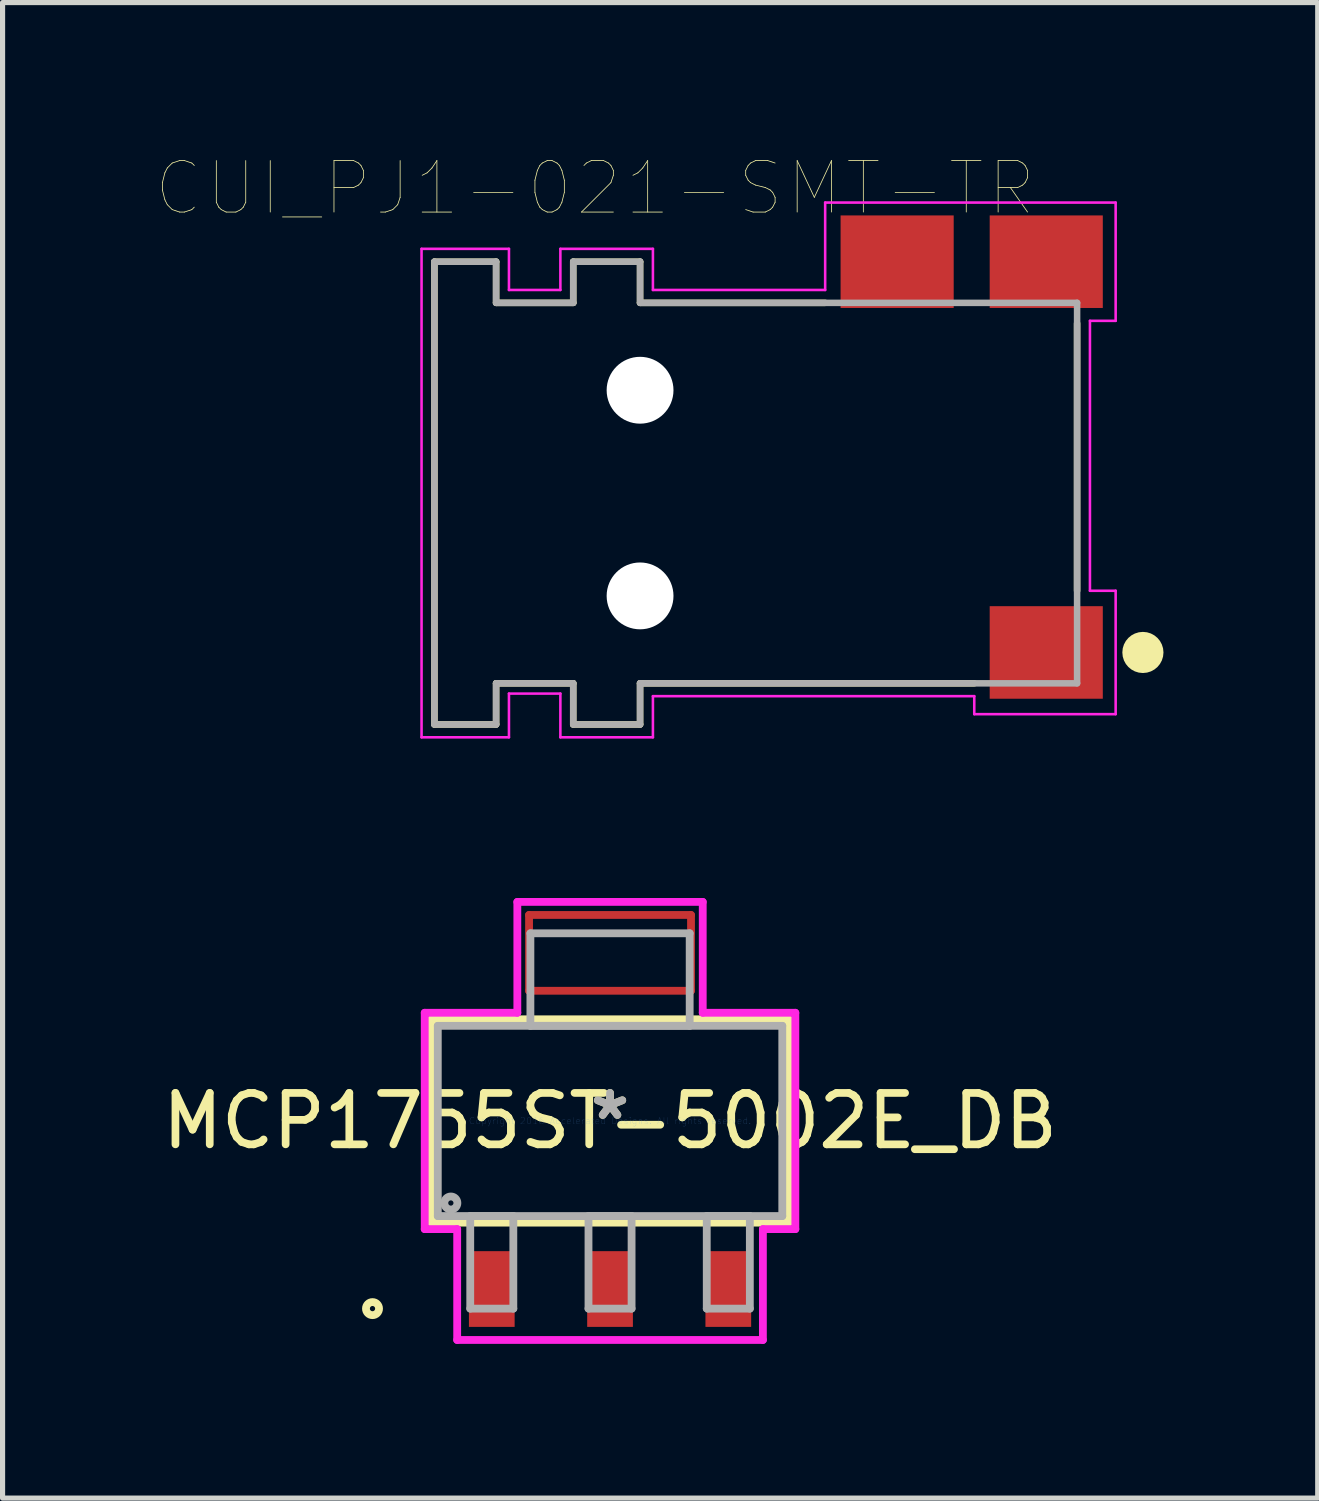
<source format=kicad_pcb>
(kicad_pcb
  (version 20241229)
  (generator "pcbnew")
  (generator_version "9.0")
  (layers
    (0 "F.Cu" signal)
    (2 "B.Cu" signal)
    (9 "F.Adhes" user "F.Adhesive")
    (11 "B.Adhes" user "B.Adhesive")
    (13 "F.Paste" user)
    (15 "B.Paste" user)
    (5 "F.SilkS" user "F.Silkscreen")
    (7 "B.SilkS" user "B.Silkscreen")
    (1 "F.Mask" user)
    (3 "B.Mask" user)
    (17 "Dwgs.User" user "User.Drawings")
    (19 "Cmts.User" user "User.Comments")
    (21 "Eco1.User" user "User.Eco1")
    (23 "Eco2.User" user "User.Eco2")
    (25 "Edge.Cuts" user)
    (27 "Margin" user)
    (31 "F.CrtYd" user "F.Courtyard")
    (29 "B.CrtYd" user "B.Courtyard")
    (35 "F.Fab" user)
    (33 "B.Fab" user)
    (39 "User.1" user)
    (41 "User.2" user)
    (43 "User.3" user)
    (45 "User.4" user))
  (footprint "CUI_PJ1-021-SMT-TR"
    (layer "F.Cu")
    (at 11.649 6.54)
    (property "Reference" "CUI_PJ1-021-SMT-TR" (at -3.127 -5.928 0) (layer "F.SilkS") (effects (font (size 1.001 1.001) (thickness 0.015))))
    (attr through_hole)
    (fp_line (start -6.25 -4.5) (end -5.05 -4.5) (stroke (width 0.127) (type solid)) (layer "F.SilkS"))
    (fp_line (start -6.25 4.5) (end -6.25 -4.5) (stroke (width 0.127) (type solid)) (layer "F.SilkS"))
    (fp_line (start -5.05 -4.5) (end -5.05 -3.7) (stroke (width 0.127) (type solid)) (layer "F.SilkS"))
    (fp_line (start -5.05 -3.7) (end -3.55 -3.7) (stroke (width 0.127) (type solid)) (layer "F.SilkS"))
    (fp_line (start -5.05 3.7) (end -5.05 4.5) (stroke (width 0.127) (type solid)) (layer "F.SilkS"))
    (fp_line (start -5.05 4.5) (end -6.25 4.5) (stroke (width 0.127) (type solid)) (layer "F.SilkS"))
    (fp_line (start -3.55 -4.5) (end -2.25 -4.5) (stroke (width 0.127) (type solid)) (layer "F.SilkS"))
    (fp_line (start -3.55 -3.7) (end -3.55 -4.5) (stroke (width 0.127) (type solid)) (layer "F.SilkS"))
    (fp_line (start -3.55 3.7) (end -5.05 3.7) (stroke (width 0.127) (type solid)) (layer "F.SilkS"))
    (fp_line (start -3.55 4.5) (end -3.55 3.7) (stroke (width 0.127) (type solid)) (layer "F.SilkS"))
    (fp_line (start -3.55 4.5) (end -2.25 4.5) (stroke (width 0.127) (type solid)) (layer "F.SilkS"))
    (fp_line (start -2.25 -4.5) (end -2.25 -3.7) (stroke (width 0.127) (type solid)) (layer "F.SilkS"))
    (fp_line (start -2.25 -3.7) (end 1.35 -3.7) (stroke (width 0.127) (type solid)) (layer "F.SilkS"))
    (fp_line (start -2.25 3.7) (end 4.25 3.7) (stroke (width 0.127) (type solid)) (layer "F.SilkS"))
    (fp_line (start -2.25 4.5) (end -2.25 3.7) (stroke (width 0.127) (type solid)) (layer "F.SilkS"))
    (fp_line (start 6.25 -3.3) (end 6.25 1.9) (stroke (width 0.127) (type solid)) (layer "F.SilkS"))
    (fp_circle (center 7.53 3.1) (end 7.73 3.1) (stroke (width 0.4) (type solid)) (fill no) (layer "F.SilkS"))
    (fp_line (start -6.5 -4.75) (end -4.8 -4.75) (stroke (width 0.05) (type solid)) (layer "F.CrtYd"))
    (fp_line (start -6.5 4.75) (end -6.5 -4.75) (stroke (width 0.05) (type solid)) (layer "F.CrtYd"))
    (fp_line (start -4.8 -4.75) (end -4.8 -3.95) (stroke (width 0.05) (type solid)) (layer "F.CrtYd"))
    (fp_line (start -4.8 -3.95) (end -3.8 -3.95) (stroke (width 0.05) (type solid)) (layer "F.CrtYd"))
    (fp_line (start -4.8 3.9) (end -3.8 3.9) (stroke (width 0.05) (type solid)) (layer "F.CrtYd"))
    (fp_line (start -4.8 4.75) (end -6.5 4.75) (stroke (width 0.05) (type solid)) (layer "F.CrtYd"))
    (fp_line (start -4.8 4.75) (end -4.8 3.9) (stroke (width 0.05) (type solid)) (layer "F.CrtYd"))
    (fp_line (start -3.8 -4.75) (end -2 -4.75) (stroke (width 0.05) (type solid)) (layer "F.CrtYd"))
    (fp_line (start -3.8 -3.95) (end -3.8 -4.75) (stroke (width 0.05) (type solid)) (layer "F.CrtYd"))
    (fp_line (start -3.8 3.9) (end -3.8 4.75) (stroke (width 0.05) (type solid)) (layer "F.CrtYd"))
    (fp_line (start -2 -4.75) (end -2 -3.95) (stroke (width 0.05) (type solid)) (layer "F.CrtYd"))
    (fp_line (start -2 -3.95) (end 1.35 -3.95) (stroke (width 0.05) (type solid)) (layer "F.CrtYd"))
    (fp_line (start -2 3.95) (end 4.25 3.95) (stroke (width 0.05) (type solid)) (layer "F.CrtYd"))
    (fp_line (start -2 4.75) (end -3.8 4.75) (stroke (width 0.05) (type solid)) (layer "F.CrtYd"))
    (fp_line (start -2 4.75) (end -2 3.95) (stroke (width 0.05) (type solid)) (layer "F.CrtYd"))
    (fp_line (start 1.35 -5.65) (end 7 -5.65) (stroke (width 0.05) (type solid)) (layer "F.CrtYd"))
    (fp_line (start 1.35 -3.95) (end 1.35 -5.65) (stroke (width 0.05) (type solid)) (layer "F.CrtYd"))
    (fp_line (start 4.25 3.95) (end 4.25 4.3) (stroke (width 0.05) (type solid)) (layer "F.CrtYd"))
    (fp_line (start 4.25 4.3) (end 7 4.3) (stroke (width 0.05) (type solid)) (layer "F.CrtYd"))
    (fp_line (start 6.5 -3.35) (end 6.5 1.9) (stroke (width 0.05) (type solid)) (layer "F.CrtYd"))
    (fp_line (start 6.5 1.9) (end 7 1.9) (stroke (width 0.05) (type solid)) (layer "F.CrtYd"))
    (fp_line (start 7 -5.65) (end 7 -3.35) (stroke (width 0.05) (type solid)) (layer "F.CrtYd"))
    (fp_line (start 7 -3.35) (end 6.5 -3.35) (stroke (width 0.05) (type solid)) (layer "F.CrtYd"))
    (fp_line (start 7 1.9) (end 7 4.3) (stroke (width 0.05) (type solid)) (layer "F.CrtYd"))
    (fp_line (start -6.25 -4.5) (end -5.05 -4.5) (stroke (width 0.127) (type solid)) (layer "F.Fab"))
    (fp_line (start -6.25 4.5) (end -6.25 -4.5) (stroke (width 0.127) (type solid)) (layer "F.Fab"))
    (fp_line (start -5.05 -4.5) (end -5.05 -3.7) (stroke (width 0.127) (type solid)) (layer "F.Fab"))
    (fp_line (start -5.05 -3.7) (end -3.55 -3.7) (stroke (width 0.127) (type solid)) (layer "F.Fab"))
    (fp_line (start -5.05 3.7) (end -5.05 4.5) (stroke (width 0.127) (type solid)) (layer "F.Fab"))
    (fp_line (start -5.05 4.5) (end -6.25 4.5) (stroke (width 0.127) (type solid)) (layer "F.Fab"))
    (fp_line (start -3.55 -4.5) (end -2.25 -4.5) (stroke (width 0.127) (type solid)) (layer "F.Fab"))
    (fp_line (start -3.55 -3.7) (end -3.55 -4.5) (stroke (width 0.127) (type solid)) (layer "F.Fab"))
    (fp_line (start -3.55 3.7) (end -5.05 3.7) (stroke (width 0.127) (type solid)) (layer "F.Fab"))
    (fp_line (start -3.55 4.5) (end -3.55 3.7) (stroke (width 0.127) (type solid)) (layer "F.Fab"))
    (fp_line (start -3.55 4.5) (end -2.25 4.5) (stroke (width 0.127) (type solid)) (layer "F.Fab"))
    (fp_line (start -2.25 -4.5) (end -2.25 -3.7) (stroke (width 0.127) (type solid)) (layer "F.Fab"))
    (fp_line (start -2.25 -3.7) (end 6.25 -3.7) (stroke (width 0.127) (type solid)) (layer "F.Fab"))
    (fp_line (start -2.25 3.7) (end 6.25 3.7) (stroke (width 0.127) (type solid)) (layer "F.Fab"))
    (fp_line (start -2.25 4.5) (end -2.25 3.7) (stroke (width 0.127) (type solid)) (layer "F.Fab"))
    (fp_line (start 6.25 -3.7) (end 6.25 3.7) (stroke (width 0.127) (type solid)) (layer "F.Fab"))
    (pad "" np_thru_hole circle (at -2.25 -2) (size 1.3 1.3) (drill 1.3) (layers "*.Cu" "*.Mask"))
    (pad "" np_thru_hole circle (at -2.25 2) (size 1.3 1.3) (drill 1.3) (layers "*.Cu" "*.Mask"))
    (pad "1" smd rect (at 5.65 3.1) (size 2.2 1.8) (layers "F.Cu" "F.Mask" "F.Paste"))
    (pad "2" smd rect (at 2.75 -4.5) (size 2.2 1.8) (layers "F.Cu" "F.Mask" "F.Paste"))
    (pad "3" smd rect (at 5.65 -4.5) (size 2.2 1.8) (layers "F.Cu" "F.Mask" "F.Paste")))
  (footprint "MCP1755ST-5002E_DB"
    (layer "F.Cu")
    (at 8.815 18.752)
    (property "Reference" "MCP1755ST-5002E_DB" (at 0 0 0) (layer "F.SilkS") (effects (font (size 1 1) (thickness 0.15))))
    (attr through_hole)
    (fp_line (start -1.575 -4.006) (end -1.575 -2.532) (stroke (width 0.152) (type solid)) (layer "F.Cu"))
    (fp_line (start -1.575 -2.532) (end 1.575 -2.532) (stroke (width 0.152) (type solid)) (layer "F.Cu"))
    (fp_line (start 1.575 -4.006) (end -1.575 -4.006) (stroke (width 0.152) (type solid)) (layer "F.Cu"))
    (fp_line (start 1.575 -2.532) (end 1.575 -4.006) (stroke (width 0.152) (type solid)) (layer "F.Cu"))
    (fp_line (start -1.6 -4.361) (end -1.6 -2.177) (stroke (width 0.152) (type solid)) (layer "F.Mask"))
    (fp_line (start -1.6 -2.177) (end 1.6 -2.177) (stroke (width 0.152) (type solid)) (layer "F.Mask"))
    (fp_line (start 1.6 -4.361) (end -1.6 -4.361) (stroke (width 0.152) (type solid)) (layer "F.Mask"))
    (fp_line (start 1.6 -2.177) (end 1.6 -4.361) (stroke (width 0.152) (type solid)) (layer "F.Mask"))
    (fp_line (start -3.477 -1.977) (end -3.477 1.977) (stroke (width 0.152) (type solid)) (layer "F.SilkS"))
    (fp_line (start -3.477 1.977) (end 3.477 1.977) (stroke (width 0.152) (type solid)) (layer "F.SilkS"))
    (fp_line (start 3.477 -1.977) (end -3.477 -1.977) (stroke (width 0.152) (type solid)) (layer "F.SilkS"))
    (fp_line (start 3.477 1.977) (end 3.477 -1.977) (stroke (width 0.152) (type solid)) (layer "F.SilkS"))
    (fp_circle (center -4.62 3.65) (end -4.493 3.65) (stroke (width 0.152) (type solid)) (fill no) (layer "F.SilkS"))
    (fp_line (start -1.575 -4.006) (end -1.575 -2.532) (stroke (width 0.152) (type solid)) (layer "F.Paste"))
    (fp_line (start -1.575 -2.532) (end 1.575 -2.532) (stroke (width 0.152) (type solid)) (layer "F.Paste"))
    (fp_line (start 1.575 -4.006) (end -1.575 -4.006) (stroke (width 0.152) (type solid)) (layer "F.Paste"))
    (fp_line (start 1.575 -2.532) (end 1.575 -4.006) (stroke (width 0.152) (type solid)) (layer "F.Paste"))
    (fp_line (start -3.604 -2.104) (end -1.803 -2.104) (stroke (width 0.152) (type solid)) (layer "F.CrtYd"))
    (fp_line (start -3.604 2.104) (end -3.604 -2.104) (stroke (width 0.152) (type solid)) (layer "F.CrtYd"))
    (fp_line (start -2.973 2.104) (end -3.604 2.104) (stroke (width 0.152) (type solid)) (layer "F.CrtYd"))
    (fp_line (start -2.973 4.26) (end -2.973 2.104) (stroke (width 0.152) (type solid)) (layer "F.CrtYd"))
    (fp_line (start -1.803 -4.26) (end 1.803 -4.26) (stroke (width 0.152) (type solid)) (layer "F.CrtYd"))
    (fp_line (start -1.803 -2.104) (end -1.803 -4.26) (stroke (width 0.152) (type solid)) (layer "F.CrtYd"))
    (fp_line (start 1.803 -4.26) (end 1.803 -2.104) (stroke (width 0.152) (type solid)) (layer "F.CrtYd"))
    (fp_line (start 1.803 -2.104) (end 3.604 -2.104) (stroke (width 0.152) (type solid)) (layer "F.CrtYd"))
    (fp_line (start 2.973 2.104) (end 2.973 4.26) (stroke (width 0.152) (type solid)) (layer "F.CrtYd"))
    (fp_line (start 2.973 4.26) (end -2.973 4.26) (stroke (width 0.152) (type solid)) (layer "F.CrtYd"))
    (fp_line (start 3.604 -2.104) (end 3.604 2.104) (stroke (width 0.152) (type solid)) (layer "F.CrtYd"))
    (fp_line (start 3.604 2.104) (end 2.973 2.104) (stroke (width 0.152) (type solid)) (layer "F.CrtYd"))
    (fp_line (start -3.35 -1.85) (end -3.35 1.85) (stroke (width 0.152) (type solid)) (layer "F.Fab"))
    (fp_line (start -3.35 1.85) (end 3.35 1.85) (stroke (width 0.152) (type solid)) (layer "F.Fab"))
    (fp_line (start -2.719 1.85) (end -2.719 3.65) (stroke (width 0.152) (type solid)) (layer "F.Fab"))
    (fp_line (start -2.719 3.65) (end -1.881 3.65) (stroke (width 0.152) (type solid)) (layer "F.Fab"))
    (fp_line (start -1.881 1.85) (end -2.719 1.85) (stroke (width 0.152) (type solid)) (layer "F.Fab"))
    (fp_line (start -1.881 3.65) (end -1.881 1.85) (stroke (width 0.152) (type solid)) (layer "F.Fab"))
    (fp_line (start -1.549 -3.65) (end -1.549 -1.85) (stroke (width 0.152) (type solid)) (layer "F.Fab"))
    (fp_line (start -1.549 -1.85) (end 1.549 -1.85) (stroke (width 0.152) (type solid)) (layer "F.Fab"))
    (fp_line (start -0.419 1.85) (end -0.419 3.65) (stroke (width 0.152) (type solid)) (layer "F.Fab"))
    (fp_line (start -0.419 3.65) (end 0.419 3.65) (stroke (width 0.152) (type solid)) (layer "F.Fab"))
    (fp_line (start 0.419 1.85) (end -0.419 1.85) (stroke (width 0.152) (type solid)) (layer "F.Fab"))
    (fp_line (start 0.419 3.65) (end 0.419 1.85) (stroke (width 0.152) (type solid)) (layer "F.Fab"))
    (fp_line (start 1.549 -3.65) (end -1.549 -3.65) (stroke (width 0.152) (type solid)) (layer "F.Fab"))
    (fp_line (start 1.549 -1.85) (end 1.549 -3.65) (stroke (width 0.152) (type solid)) (layer "F.Fab"))
    (fp_line (start 1.881 1.85) (end 1.881 3.65) (stroke (width 0.152) (type solid)) (layer "F.Fab"))
    (fp_line (start 1.881 3.65) (end 2.719 3.65) (stroke (width 0.152) (type solid)) (layer "F.Fab"))
    (fp_line (start 2.719 1.85) (end 1.881 1.85) (stroke (width 0.152) (type solid)) (layer "F.Fab"))
    (fp_line (start 2.719 3.65) (end 2.719 1.85) (stroke (width 0.152) (type solid)) (layer "F.Fab"))
    (fp_line (start 3.35 -1.85) (end -3.35 -1.85) (stroke (width 0.152) (type solid)) (layer "F.Fab"))
    (fp_line (start 3.35 1.85) (end 3.35 -1.85) (stroke (width 0.152) (type solid)) (layer "F.Fab"))
    (fp_circle (center -3.096 1.596) (end -2.969 1.596) (stroke (width 0.152) (type solid)) (fill no) (layer "F.Fab"))
    (fp_text user "*" (at 0 0 0) (layer "F.SilkS") (effects (font (size 1 1) (thickness 0.15))))
    (fp_text user "Copyright 2016 Accelerated Designs. All rights reserved." (at 0 0 0) (layer "Cmts.User") (effects (font (size 0.127 0.127) (thickness 0.002))))
    (fp_text user "*" (at 0 0 0) (layer "F.Fab") (effects (font (size 1 1) (thickness 0.15))))
    (pad "1" smd rect (at -2.3 3.269) (size 0.889 1.473) (layers "F.Cu" "F.Mask" "F.Paste"))
    (pad "2" smd rect (at 0 3.269) (size 0.889 1.473) (layers "F.Cu" "F.Mask" "F.Paste"))
    (pad "3" smd rect (at 2.3 3.269) (size 0.889 1.473) (layers "F.Cu" "F.Mask" "F.Paste")))
  (gr_rect
    (start -3 -3)
    (end 22.579 26.088)
    (stroke (width 0.1) (type default))
    (fill no)
    (layer "Edge.Cuts")))
</source>
